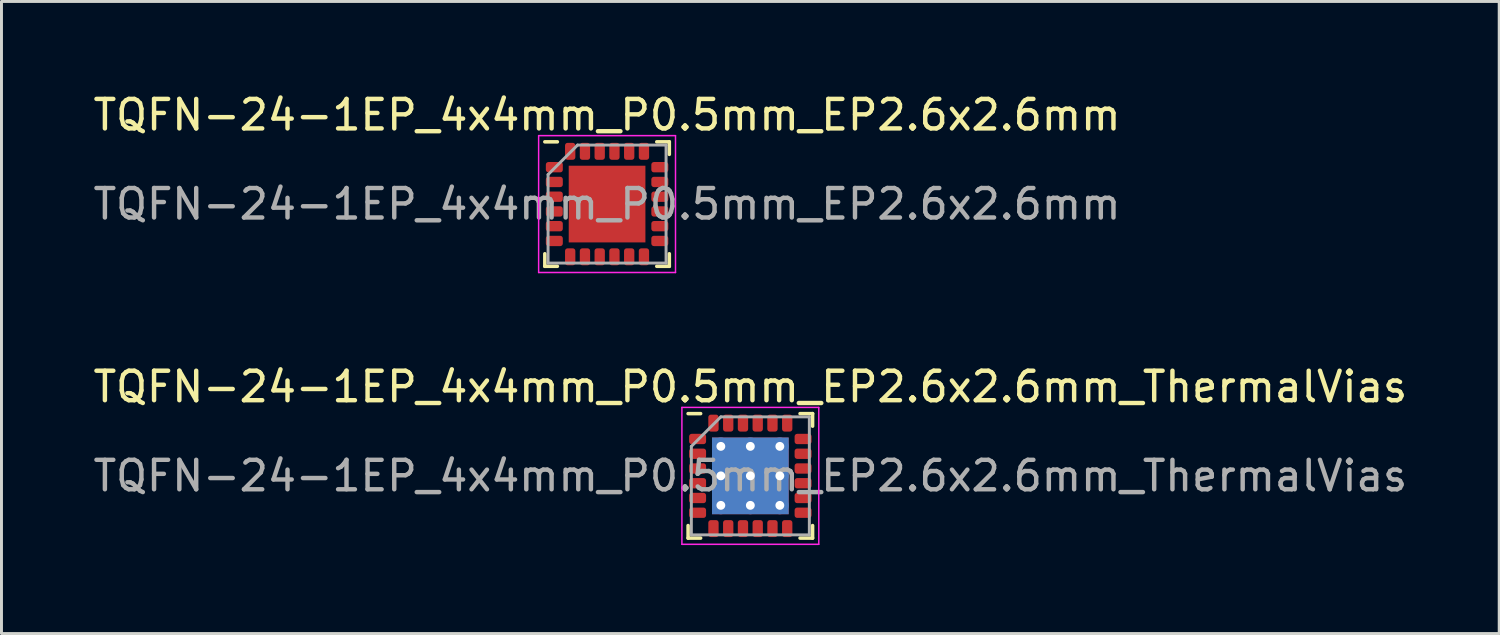
<source format=kicad_pcb>
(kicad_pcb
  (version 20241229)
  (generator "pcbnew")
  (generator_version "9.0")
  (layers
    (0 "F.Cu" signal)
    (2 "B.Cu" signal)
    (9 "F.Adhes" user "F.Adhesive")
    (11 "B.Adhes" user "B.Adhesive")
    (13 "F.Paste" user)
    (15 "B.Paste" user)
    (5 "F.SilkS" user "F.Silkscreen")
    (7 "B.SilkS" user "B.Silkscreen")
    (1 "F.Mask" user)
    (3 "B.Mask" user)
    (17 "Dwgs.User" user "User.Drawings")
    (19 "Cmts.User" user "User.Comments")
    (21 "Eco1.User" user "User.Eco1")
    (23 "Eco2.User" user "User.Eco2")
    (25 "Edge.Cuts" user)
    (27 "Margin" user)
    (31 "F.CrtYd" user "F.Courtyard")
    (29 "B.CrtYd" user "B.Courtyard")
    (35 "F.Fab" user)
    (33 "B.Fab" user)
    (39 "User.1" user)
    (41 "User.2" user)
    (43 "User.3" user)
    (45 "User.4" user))
  (footprint "TQFN-24-1EP_4x4mm_P0.5mm_EP2.6x2.6mm"
    (layer "F.Cu")
    (at 17.53 3.868)
    (property "Reference" "TQFN-24-1EP_4x4mm_P0.5mm_EP2.6x2.6mm" (at 0 -3.02 0) (layer "F.SilkS") (effects (font (size 1 1) (thickness 0.15))))
    (attr smd)
    (fp_line (start -2.11 2.11) (end -2.11 1.685) (stroke (width 0.12) (type solid)) (layer "F.SilkS"))
    (fp_line (start -1.685 -2.11) (end -2.11 -2.11) (stroke (width 0.12) (type solid)) (layer "F.SilkS"))
    (fp_line (start -1.685 2.11) (end -2.11 2.11) (stroke (width 0.12) (type solid)) (layer "F.SilkS"))
    (fp_line (start 1.685 -2.11) (end 2.11 -2.11) (stroke (width 0.12) (type solid)) (layer "F.SilkS"))
    (fp_line (start 1.685 2.11) (end 2.11 2.11) (stroke (width 0.12) (type solid)) (layer "F.SilkS"))
    (fp_line (start 2.11 -2.11) (end 2.11 -1.685) (stroke (width 0.12) (type solid)) (layer "F.SilkS"))
    (fp_line (start 2.11 2.11) (end 2.11 1.685) (stroke (width 0.12) (type solid)) (layer "F.SilkS"))
    (fp_line (start -2.32 -2.32) (end -2.32 2.32) (stroke (width 0.05) (type solid)) (layer "F.CrtYd"))
    (fp_line (start -2.32 2.32) (end 2.32 2.32) (stroke (width 0.05) (type solid)) (layer "F.CrtYd"))
    (fp_line (start 2.32 -2.32) (end -2.32 -2.32) (stroke (width 0.05) (type solid)) (layer "F.CrtYd"))
    (fp_line (start 2.32 2.32) (end 2.32 -2.32) (stroke (width 0.05) (type solid)) (layer "F.CrtYd"))
    (fp_line (start -2 -1) (end -1 -2) (stroke (width 0.1) (type solid)) (layer "F.Fab"))
    (fp_line (start -2 2) (end -2 -1) (stroke (width 0.1) (type solid)) (layer "F.Fab"))
    (fp_line (start -1 -2) (end 2 -2) (stroke (width 0.1) (type solid)) (layer "F.Fab"))
    (fp_line (start 2 -2) (end 2 2) (stroke (width 0.1) (type solid)) (layer "F.Fab"))
    (fp_line (start 2 2) (end -2 2) (stroke (width 0.1) (type solid)) (layer "F.Fab"))
    (fp_text user "${REFERENCE}" (at 0 0 0) (layer "F.Fab") (effects (font (size 1 1) (thickness 0.15))))
    (pad "" smd roundrect (at -0.65 -0.65) (size 1.05 1.05) (layers "F.Paste") (roundrect_rratio 0.238))
    (pad "" smd roundrect (at -0.65 0.65) (size 1.05 1.05) (layers "F.Paste") (roundrect_rratio 0.238))
    (pad "" smd roundrect (at 0.65 -0.65) (size 1.05 1.05) (layers "F.Paste") (roundrect_rratio 0.238))
    (pad "" smd roundrect (at 0.65 0.65) (size 1.05 1.05) (layers "F.Paste") (roundrect_rratio 0.238))
    (pad "1" smd roundrect (at -1.788 -1.25) (size 0.575 0.35) (layers "F.Cu" "F.Mask" "F.Paste") (roundrect_rratio 0.25))
    (pad "2" smd roundrect (at -1.788 -0.75) (size 0.575 0.35) (layers "F.Cu" "F.Mask" "F.Paste") (roundrect_rratio 0.25))
    (pad "3" smd roundrect (at -1.788 -0.25) (size 0.575 0.35) (layers "F.Cu" "F.Mask" "F.Paste") (roundrect_rratio 0.25))
    (pad "4" smd roundrect (at -1.788 0.25) (size 0.575 0.35) (layers "F.Cu" "F.Mask" "F.Paste") (roundrect_rratio 0.25))
    (pad "5" smd roundrect (at -1.788 0.75) (size 0.575 0.35) (layers "F.Cu" "F.Mask" "F.Paste") (roundrect_rratio 0.25))
    (pad "6" smd roundrect (at -1.788 1.25) (size 0.575 0.35) (layers "F.Cu" "F.Mask" "F.Paste") (roundrect_rratio 0.25))
    (pad "7" smd roundrect (at -1.25 1.788) (size 0.35 0.575) (layers "F.Cu" "F.Mask" "F.Paste") (roundrect_rratio 0.25))
    (pad "8" smd roundrect (at -0.75 1.788) (size 0.35 0.575) (layers "F.Cu" "F.Mask" "F.Paste") (roundrect_rratio 0.25))
    (pad "9" smd roundrect (at -0.25 1.788) (size 0.35 0.575) (layers "F.Cu" "F.Mask" "F.Paste") (roundrect_rratio 0.25))
    (pad "10" smd roundrect (at 0.25 1.788) (size 0.35 0.575) (layers "F.Cu" "F.Mask" "F.Paste") (roundrect_rratio 0.25))
    (pad "11" smd roundrect (at 0.75 1.788) (size 0.35 0.575) (layers "F.Cu" "F.Mask" "F.Paste") (roundrect_rratio 0.25))
    (pad "12" smd roundrect (at 1.25 1.788) (size 0.35 0.575) (layers "F.Cu" "F.Mask" "F.Paste") (roundrect_rratio 0.25))
    (pad "13" smd roundrect (at 1.788 1.25) (size 0.575 0.35) (layers "F.Cu" "F.Mask" "F.Paste") (roundrect_rratio 0.25))
    (pad "14" smd roundrect (at 1.788 0.75) (size 0.575 0.35) (layers "F.Cu" "F.Mask" "F.Paste") (roundrect_rratio 0.25))
    (pad "15" smd roundrect (at 1.788 0.25) (size 0.575 0.35) (layers "F.Cu" "F.Mask" "F.Paste") (roundrect_rratio 0.25))
    (pad "16" smd roundrect (at 1.788 -0.25) (size 0.575 0.35) (layers "F.Cu" "F.Mask" "F.Paste") (roundrect_rratio 0.25))
    (pad "17" smd roundrect (at 1.788 -0.75) (size 0.575 0.35) (layers "F.Cu" "F.Mask" "F.Paste") (roundrect_rratio 0.25))
    (pad "18" smd roundrect (at 1.788 -1.25) (size 0.575 0.35) (layers "F.Cu" "F.Mask" "F.Paste") (roundrect_rratio 0.25))
    (pad "19" smd roundrect (at 1.25 -1.788) (size 0.35 0.575) (layers "F.Cu" "F.Mask" "F.Paste") (roundrect_rratio 0.25))
    (pad "20" smd roundrect (at 0.75 -1.788) (size 0.35 0.575) (layers "F.Cu" "F.Mask" "F.Paste") (roundrect_rratio 0.25))
    (pad "21" smd roundrect (at 0.25 -1.788) (size 0.35 0.575) (layers "F.Cu" "F.Mask" "F.Paste") (roundrect_rratio 0.25))
    (pad "22" smd roundrect (at -0.25 -1.788) (size 0.35 0.575) (layers "F.Cu" "F.Mask" "F.Paste") (roundrect_rratio 0.25))
    (pad "23" smd roundrect (at -0.75 -1.788) (size 0.35 0.575) (layers "F.Cu" "F.Mask" "F.Paste") (roundrect_rratio 0.25))
    (pad "24" smd roundrect (at -1.25 -1.788) (size 0.35 0.575) (layers "F.Cu" "F.Mask" "F.Paste") (roundrect_rratio 0.25))
    (pad "25" smd rect (at 0 0) (size 2.6 2.6) (layers "F.Cu" "F.Mask")))
  (footprint "TQFN-24-1EP_4x4mm_P0.5mm_EP2.6x2.6mm_ThermalVias"
    (layer "F.Cu")
    (at 22.387 13.082)
    (property "Reference" "TQFN-24-1EP_4x4mm_P0.5mm_EP2.6x2.6mm_ThermalVias" (at 0 -3.02 0) (layer "F.SilkS") (effects (font (size 1 1) (thickness 0.15))))
    (attr smd)
    (fp_line (start -2.11 2.11) (end -2.11 1.685) (stroke (width 0.12) (type solid)) (layer "F.SilkS"))
    (fp_line (start -1.685 -2.11) (end -2.11 -2.11) (stroke (width 0.12) (type solid)) (layer "F.SilkS"))
    (fp_line (start -1.685 2.11) (end -2.11 2.11) (stroke (width 0.12) (type solid)) (layer "F.SilkS"))
    (fp_line (start 1.685 -2.11) (end 2.11 -2.11) (stroke (width 0.12) (type solid)) (layer "F.SilkS"))
    (fp_line (start 1.685 2.11) (end 2.11 2.11) (stroke (width 0.12) (type solid)) (layer "F.SilkS"))
    (fp_line (start 2.11 -2.11) (end 2.11 -1.685) (stroke (width 0.12) (type solid)) (layer "F.SilkS"))
    (fp_line (start 2.11 2.11) (end 2.11 1.685) (stroke (width 0.12) (type solid)) (layer "F.SilkS"))
    (fp_line (start -2.32 -2.32) (end -2.32 2.32) (stroke (width 0.05) (type solid)) (layer "F.CrtYd"))
    (fp_line (start -2.32 2.32) (end 2.32 2.32) (stroke (width 0.05) (type solid)) (layer "F.CrtYd"))
    (fp_line (start 2.32 -2.32) (end -2.32 -2.32) (stroke (width 0.05) (type solid)) (layer "F.CrtYd"))
    (fp_line (start 2.32 2.32) (end 2.32 -2.32) (stroke (width 0.05) (type solid)) (layer "F.CrtYd"))
    (fp_line (start -2 -1) (end -1 -2) (stroke (width 0.1) (type solid)) (layer "F.Fab"))
    (fp_line (start -2 2) (end -2 -1) (stroke (width 0.1) (type solid)) (layer "F.Fab"))
    (fp_line (start -1 -2) (end 2 -2) (stroke (width 0.1) (type solid)) (layer "F.Fab"))
    (fp_line (start 2 -2) (end 2 2) (stroke (width 0.1) (type solid)) (layer "F.Fab"))
    (fp_line (start 2 2) (end -2 2) (stroke (width 0.1) (type solid)) (layer "F.Fab"))
    (fp_text user "${REFERENCE}" (at 0 0 0) (layer "F.Fab") (effects (font (size 1 1) (thickness 0.15))))
    (pad "" smd roundrect (at -0.65 -0.65) (size 1.05 1.05) (layers "F.Paste") (roundrect_rratio 0.238))
    (pad "" smd roundrect (at -0.65 0.65) (size 1.05 1.05) (layers "F.Paste") (roundrect_rratio 0.238))
    (pad "" smd roundrect (at 0.65 -0.65) (size 1.05 1.05) (layers "F.Paste") (roundrect_rratio 0.238))
    (pad "" smd roundrect (at 0.65 0.65) (size 1.05 1.05) (layers "F.Paste") (roundrect_rratio 0.238))
    (pad "1" smd roundrect (at -1.788 -1.25) (size 0.575 0.35) (layers "F.Cu" "F.Mask" "F.Paste") (roundrect_rratio 0.25))
    (pad "2" smd roundrect (at -1.788 -0.75) (size 0.575 0.35) (layers "F.Cu" "F.Mask" "F.Paste") (roundrect_rratio 0.25))
    (pad "3" smd roundrect (at -1.788 -0.25) (size 0.575 0.35) (layers "F.Cu" "F.Mask" "F.Paste") (roundrect_rratio 0.25))
    (pad "4" smd roundrect (at -1.788 0.25) (size 0.575 0.35) (layers "F.Cu" "F.Mask" "F.Paste") (roundrect_rratio 0.25))
    (pad "5" smd roundrect (at -1.788 0.75) (size 0.575 0.35) (layers "F.Cu" "F.Mask" "F.Paste") (roundrect_rratio 0.25))
    (pad "6" smd roundrect (at -1.788 1.25) (size 0.575 0.35) (layers "F.Cu" "F.Mask" "F.Paste") (roundrect_rratio 0.25))
    (pad "7" smd roundrect (at -1.25 1.788) (size 0.35 0.575) (layers "F.Cu" "F.Mask" "F.Paste") (roundrect_rratio 0.25))
    (pad "8" smd roundrect (at -0.75 1.788) (size 0.35 0.575) (layers "F.Cu" "F.Mask" "F.Paste") (roundrect_rratio 0.25))
    (pad "9" smd roundrect (at -0.25 1.788) (size 0.35 0.575) (layers "F.Cu" "F.Mask" "F.Paste") (roundrect_rratio 0.25))
    (pad "10" smd roundrect (at 0.25 1.788) (size 0.35 0.575) (layers "F.Cu" "F.Mask" "F.Paste") (roundrect_rratio 0.25))
    (pad "11" smd roundrect (at 0.75 1.788) (size 0.35 0.575) (layers "F.Cu" "F.Mask" "F.Paste") (roundrect_rratio 0.25))
    (pad "12" smd roundrect (at 1.25 1.788) (size 0.35 0.575) (layers "F.Cu" "F.Mask" "F.Paste") (roundrect_rratio 0.25))
    (pad "13" smd roundrect (at 1.788 1.25) (size 0.575 0.35) (layers "F.Cu" "F.Mask" "F.Paste") (roundrect_rratio 0.25))
    (pad "14" smd roundrect (at 1.788 0.75) (size 0.575 0.35) (layers "F.Cu" "F.Mask" "F.Paste") (roundrect_rratio 0.25))
    (pad "15" smd roundrect (at 1.788 0.25) (size 0.575 0.35) (layers "F.Cu" "F.Mask" "F.Paste") (roundrect_rratio 0.25))
    (pad "16" smd roundrect (at 1.788 -0.25) (size 0.575 0.35) (layers "F.Cu" "F.Mask" "F.Paste") (roundrect_rratio 0.25))
    (pad "17" smd roundrect (at 1.788 -0.75) (size 0.575 0.35) (layers "F.Cu" "F.Mask" "F.Paste") (roundrect_rratio 0.25))
    (pad "18" smd roundrect (at 1.788 -1.25) (size 0.575 0.35) (layers "F.Cu" "F.Mask" "F.Paste") (roundrect_rratio 0.25))
    (pad "19" smd roundrect (at 1.25 -1.788) (size 0.35 0.575) (layers "F.Cu" "F.Mask" "F.Paste") (roundrect_rratio 0.25))
    (pad "20" smd roundrect (at 0.75 -1.788) (size 0.35 0.575) (layers "F.Cu" "F.Mask" "F.Paste") (roundrect_rratio 0.25))
    (pad "21" smd roundrect (at 0.25 -1.788) (size 0.35 0.575) (layers "F.Cu" "F.Mask" "F.Paste") (roundrect_rratio 0.25))
    (pad "22" smd roundrect (at -0.25 -1.788) (size 0.35 0.575) (layers "F.Cu" "F.Mask" "F.Paste") (roundrect_rratio 0.25))
    (pad "23" smd roundrect (at -0.75 -1.788) (size 0.35 0.575) (layers "F.Cu" "F.Mask" "F.Paste") (roundrect_rratio 0.25))
    (pad "24" smd roundrect (at -1.25 -1.788) (size 0.35 0.575) (layers "F.Cu" "F.Mask" "F.Paste") (roundrect_rratio 0.25))
    (pad "25" thru_hole circle (at -1 -1) (size 0.6 0.6) (drill 0.3) (layers "*.Cu"))
    (pad "25" thru_hole circle (at -1 0) (size 0.6 0.6) (drill 0.3) (layers "*.Cu"))
    (pad "25" thru_hole circle (at -1 1) (size 0.6 0.6) (drill 0.3) (layers "*.Cu"))
    (pad "25" thru_hole circle (at 0 -1) (size 0.6 0.6) (drill 0.3) (layers "*.Cu"))
    (pad "25" thru_hole circle (at 0 0) (size 0.6 0.6) (drill 0.3) (layers "*.Cu"))
    (pad "25" smd rect (at 0 0) (size 2.6 2.6) (layers "F.Cu" "F.Mask"))
    (pad "25" smd rect (at 0 0) (size 2.6 2.6) (layers "B.Cu"))
    (pad "25" thru_hole circle (at 0 1) (size 0.6 0.6) (drill 0.3) (layers "*.Cu"))
    (pad "25" thru_hole circle (at 1 -1) (size 0.6 0.6) (drill 0.3) (layers "*.Cu"))
    (pad "25" thru_hole circle (at 1 0) (size 0.6 0.6) (drill 0.3) (layers "*.Cu"))
    (pad "25" thru_hole circle (at 1 1) (size 0.6 0.6) (drill 0.3) (layers "*.Cu")))
  (gr_rect
    (start -3 -3)
    (end 47.774 18.427)
    (stroke (width 0.1) (type default))
    (fill no)
    (layer "Edge.Cuts")))
</source>
